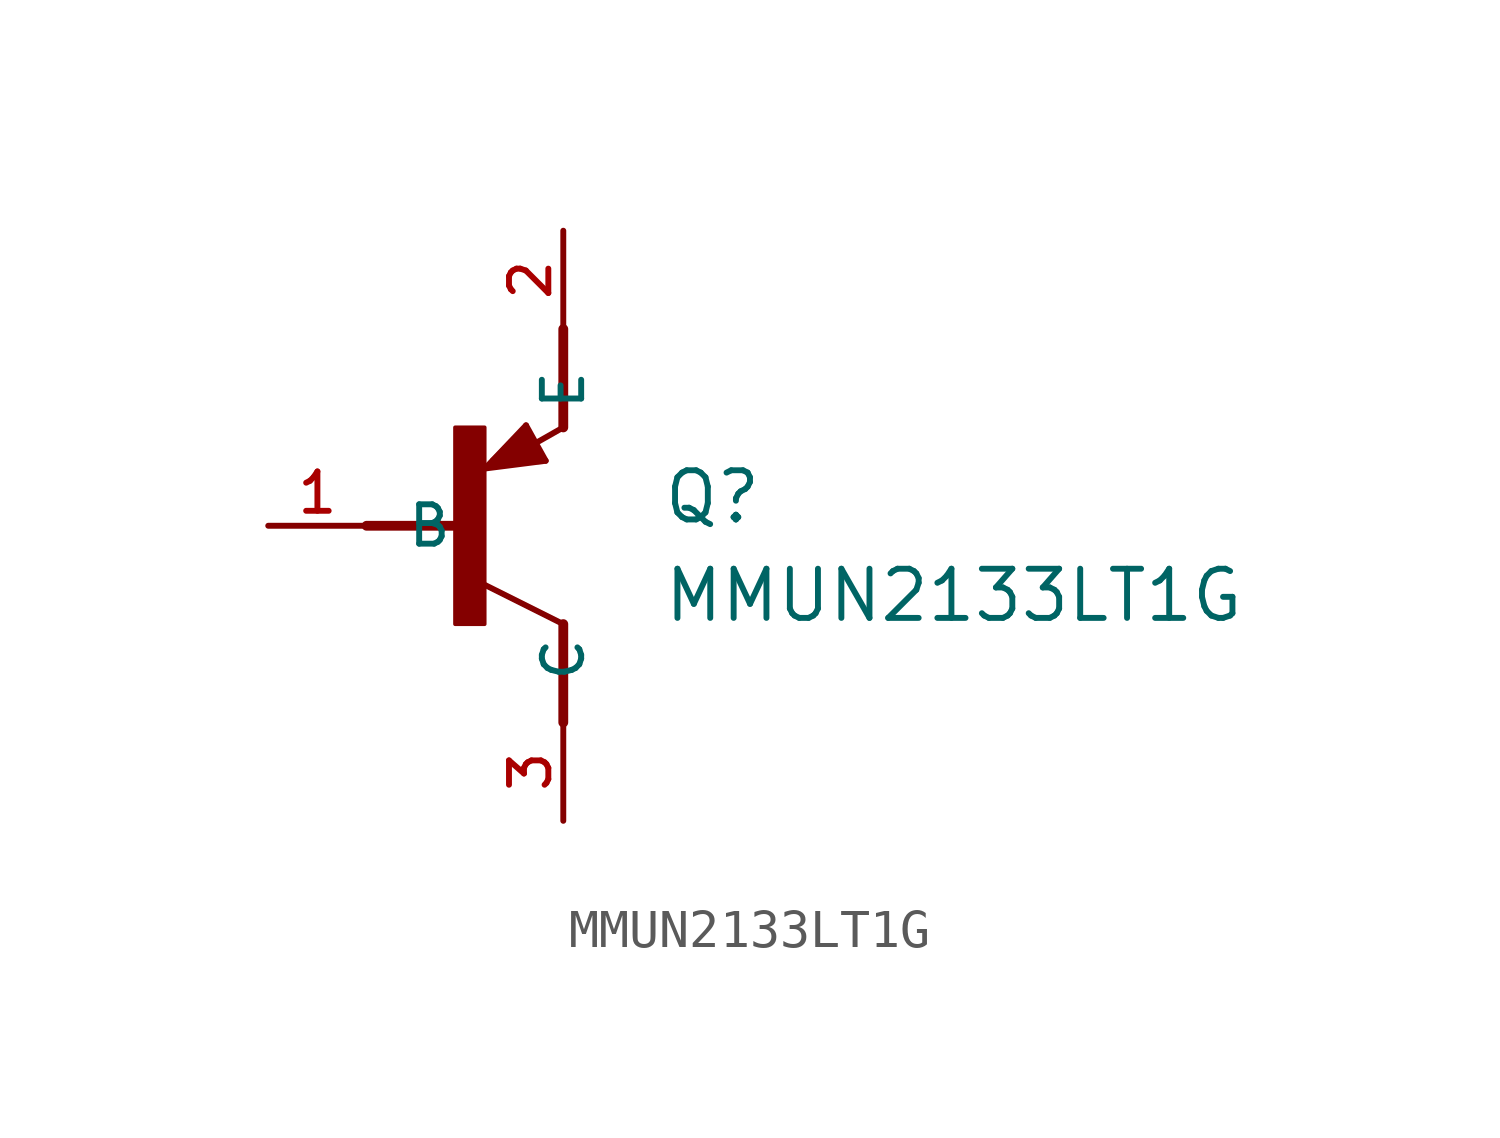
<source format=kicad_sym>
(kicad_symbol_lib
  (version 20211014)
  (generator kicad_symbol_editor)
  (symbol "MMUN2133LT1G"
    (pin_names
      (offset 1.016))
    (property "Reference" "Q"
      (at 5.084 0.0 0)
      (effects (font (size 1.27 1.27)) (justify bottom left)))
    (property "Value" "MMUN2133LT1G"
      (at 5.086 -2.543 0)
      (effects (font (size 1.27 1.27)) (justify bottom left)))
    (symbol "MMUN2133LT1G_0_0"
      (polyline (pts (xy 2.086 1.678) (xy 1.578 2.594)) (stroke (width 0.152)))
      (polyline (pts (xy 1.578 2.594) (xy 0.516 1.478)) (stroke (width 0.152)))
      (polyline (pts (xy 0.516 1.478) (xy 2.086 1.678)) (stroke (width 0.152)))
      (polyline (pts (xy 2.54 2.54) (xy 1.808 2.124)) (stroke (width 0.152)))
      (polyline (pts (xy 2.54 -2.54) (xy 0.508 -1.524)) (stroke (width 0.152)))
      (polyline (pts (xy 1.905 1.778) (xy 1.524 2.413)) (stroke (width 0.254)))
      (polyline (pts (xy 1.524 2.413) (xy 0.762 1.651)) (stroke (width 0.254)))
      (polyline (pts (xy 0.762 1.651) (xy 1.778 1.778)) (stroke (width 0.254)))
      (polyline (pts (xy 1.778 1.778) (xy 1.524 2.159)) (stroke (width 0.254)))
      (polyline (pts (xy 1.524 2.159) (xy 1.143 1.905)) (stroke (width 0.254)))
      (polyline (pts (xy 1.143 1.905) (xy 1.524 1.905)) (stroke (width 0.254)))
      (rectangle (start -0.254 -2.54) (end 0.508 2.54) (stroke (width 0.1)) (fill (type outline)))
      (polyline (pts (xy 2.54 5.08) (xy 2.54 2.54)) (stroke (width 0.254)))
      (polyline (pts (xy 2.54 -2.54) (xy 2.54 -5.08)) (stroke (width 0.254)))
      (polyline (pts (xy -2.54 0.0) (xy 0.0 0.0)) (stroke (width 0.254)))
      (pin input line (at -5.08 0.0 0) (length 2.54) (name "B" (effects (font (size 1.016 1.016)))) (number "1" (effects (font (size 1.016 1.016)))))
      (pin passive line (at 2.54 7.62 270.0) (length 2.54) (name "E" (effects (font (size 1.016 1.016)))) (number "2" (effects (font (size 1.016 1.016)))))
      (pin output line (at 2.54 -7.62 90.0) (length 2.54) (name "C" (effects (font (size 1.016 1.016)))) (number "3" (effects (font (size 1.016 1.016))))))))
</source>
